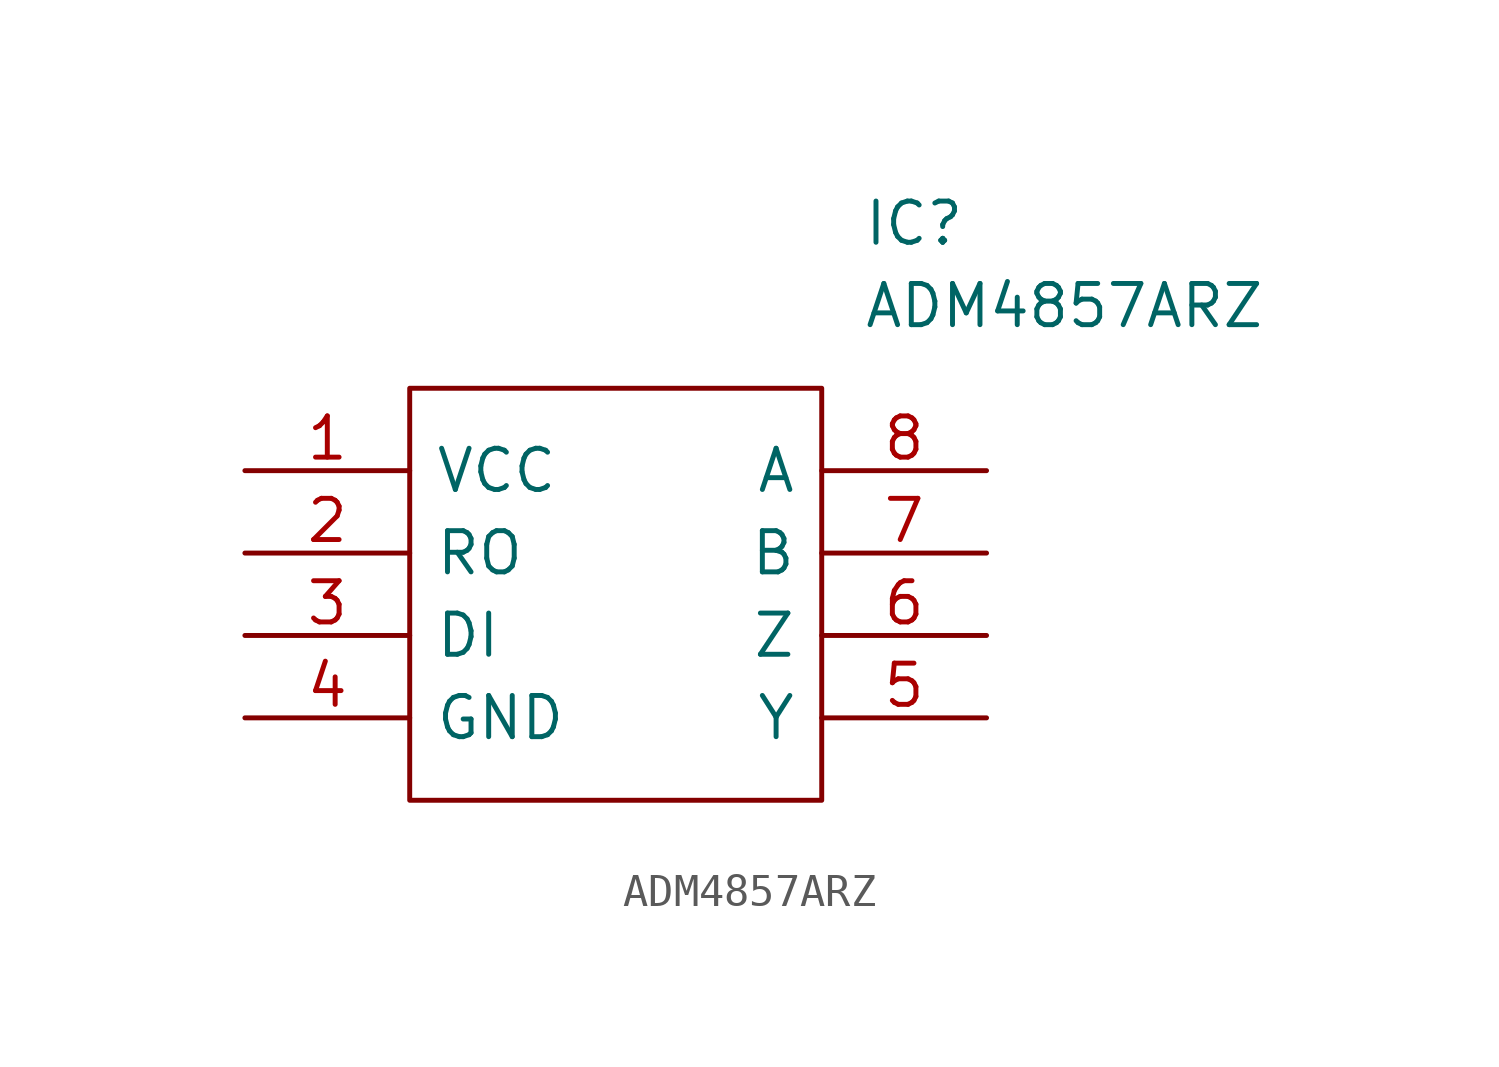
<source format=kicad_sym>
(kicad_symbol_lib
  (version 20211014)
  (generator kicad_symbol_editor)
  (symbol "ADM4857ARZ"
    (pin_names
      (offset 0.762))
    (property "Reference" "IC"
      (at 19.05 7.62 0)
      (effects (font (size 1.27 1.27)) (justify left)))
    (property "Value" "ADM4857ARZ"
      (at 19.05 5.08 0)
      (effects (font (size 1.27 1.27)) (justify left)))
    (symbol "ADM4857ARZ_0_0"
      (pin passive line (at 0 0 0) (length 5.08) (name "VCC" (effects (font (size 1.27 1.27)))) (number "1" (effects (font (size 1.27 1.27)))))
      (pin passive line (at 0 -2.54 0) (length 5.08) (name "RO" (effects (font (size 1.27 1.27)))) (number "2" (effects (font (size 1.27 1.27)))))
      (pin passive line (at 0 -5.08 0) (length 5.08) (name "DI" (effects (font (size 1.27 1.27)))) (number "3" (effects (font (size 1.27 1.27)))))
      (pin passive line (at 0 -7.62 0) (length 5.08) (name "GND" (effects (font (size 1.27 1.27)))) (number "4" (effects (font (size 1.27 1.27)))))
      (pin passive line (at 22.86 -7.62 180) (length 5.08) (name "Y" (effects (font (size 1.27 1.27)))) (number "5" (effects (font (size 1.27 1.27)))))
      (pin passive line (at 22.86 -5.08 180) (length 5.08) (name "Z" (effects (font (size 1.27 1.27)))) (number "6" (effects (font (size 1.27 1.27)))))
      (pin passive line (at 22.86 -2.54 180) (length 5.08) (name "B" (effects (font (size 1.27 1.27)))) (number "7" (effects (font (size 1.27 1.27)))))
      (pin passive line (at 22.86 0 180) (length 5.08) (name "A" (effects (font (size 1.27 1.27)))) (number "8" (effects (font (size 1.27 1.27))))))
    (symbol "ADM4857ARZ_0_1"
      (polyline (pts (xy 5.08 2.54) (xy 17.78 2.54) (xy 17.78 -10.16) (xy 5.08 -10.16) (xy 5.08 2.54)) (stroke (width 0.152) (type default) (color 0 0 0 0)) (fill (type none))))))
</source>
